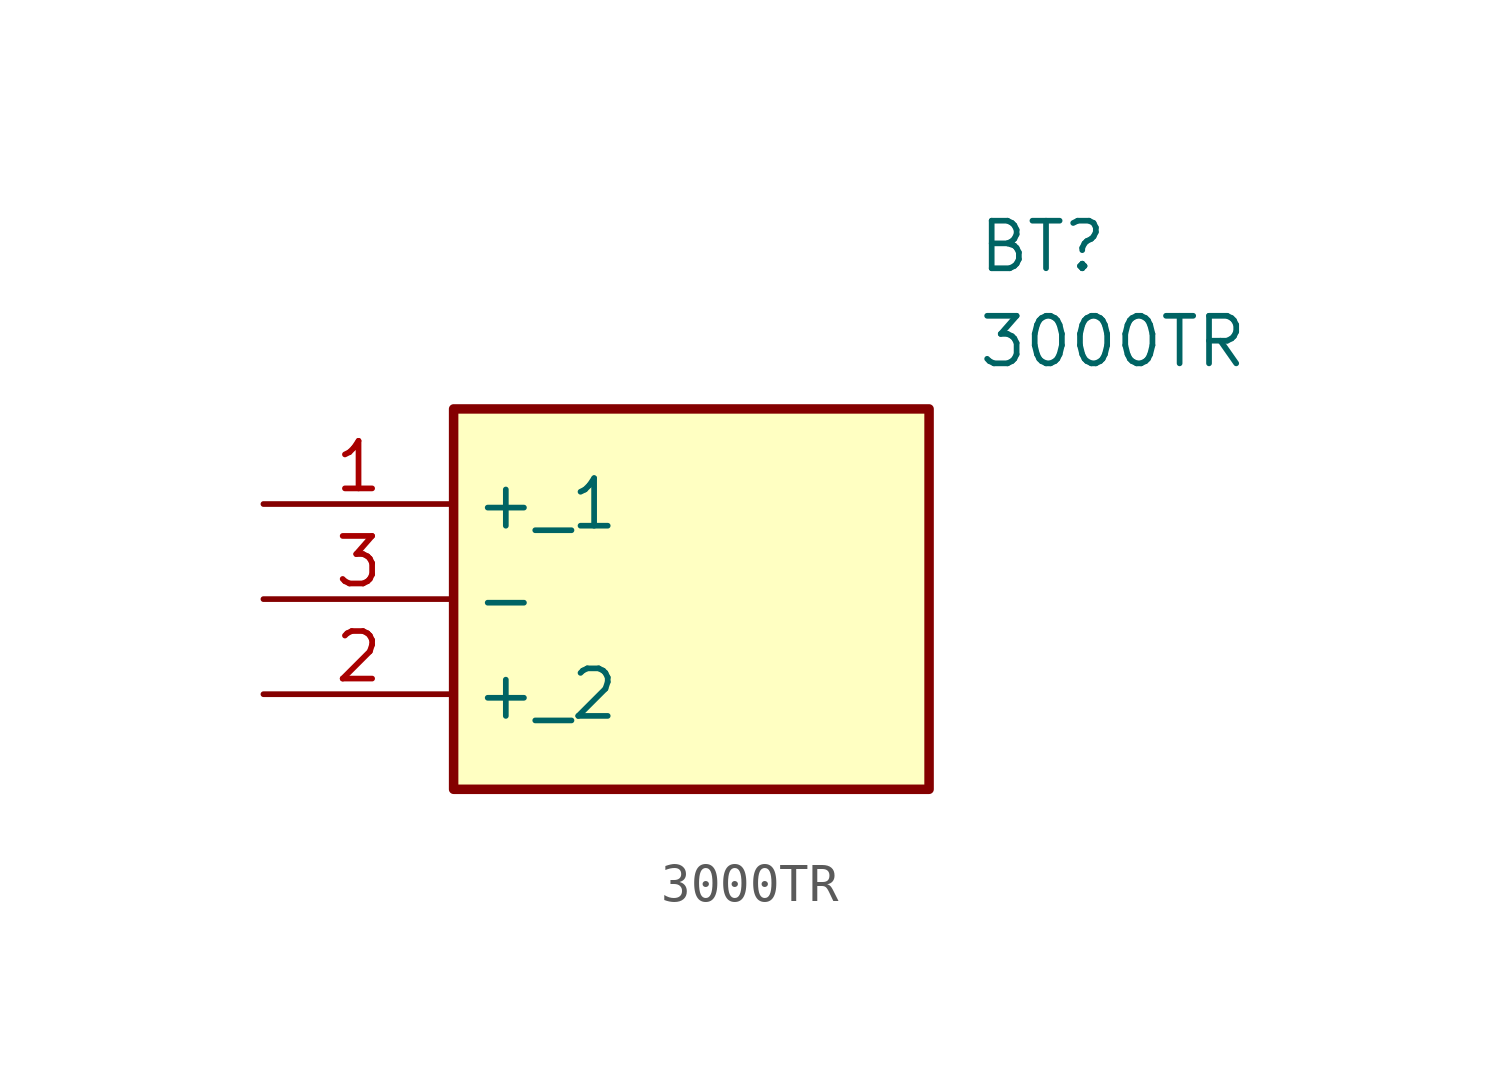
<source format=kicad_sym>
(kicad_symbol_lib
  (version 20211014)
  (generator SamacSys_ECAD_Model)
  (symbol "3000TR"
    (property "Reference" "BT"
      (at 19.05 7.62 0)
      (effects (font (size 1.27 1.27)) (justify left top)))
    (property "Value" "3000TR"
      (at 19.05 5.08 0)
      (effects (font (size 1.27 1.27)) (justify left top)))
    (rectangle
      (start 5.08 2.54)
      (end 17.78 -7.62)
      (stroke (width 0.254) (type default))
      (fill (type background)))
    (pin passive line
      (at 0 0 0)
      (length 5.08)
      (name "+_1" (effects (font (size 1.27 1.27))))
      (number "1" (effects (font (size 1.27 1.27)))))
    (pin passive line
      (at 0 -5.08 0)
      (length 5.08)
      (name "+_2" (effects (font (size 1.27 1.27))))
      (number "2" (effects (font (size 1.27 1.27)))))
    (pin passive line
      (at 0 -2.54 0)
      (length 5.08)
      (name "-" (effects (font (size 1.27 1.27))))
      (number "3" (effects (font (size 1.27 1.27)))))))
</source>
